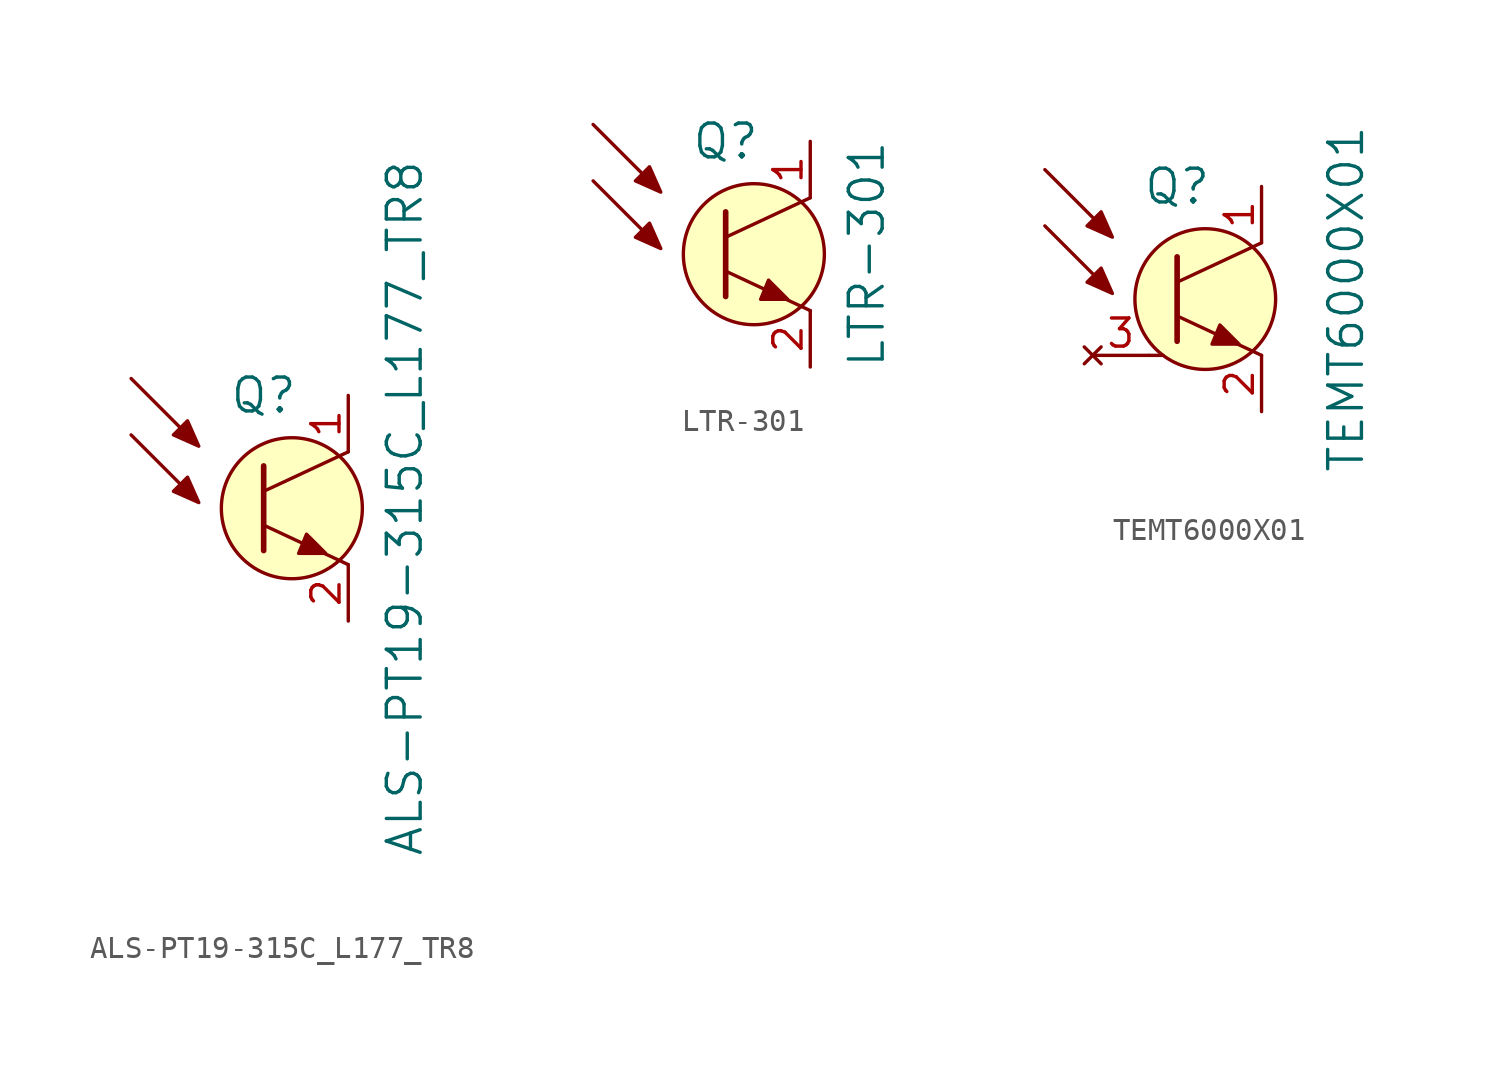
<source format=kicad_sym>
(kicad_symbol_lib
  (version 20220914)
  (generator kicad_symbol_editor)
  (symbol "ALS-PT19-315C_L177_TR8"
    (pin_names
      (offset 1.016) hide)
    (property "Reference" "Q"
      (at -1.27 5.08 0)
      (effects (font (size 1.524 1.524))))
    (property "Value" "ALS-PT19-315C_L177_TR8"
      (at 5.08 0 90)
      (effects (font (size 1.524 1.524))))
    (symbol "ALS-PT19-315C_L177_TR8_0_1"
      (polyline (pts (xy -7.239 3.302) (xy -4.953 1.016)) (stroke (width 0) (type solid)) (fill (type none)))
      (polyline (pts (xy -7.239 5.842) (xy -4.953 3.556)) (stroke (width 0) (type solid)) (fill (type none)))
      (polyline (pts (xy -1.27 -1.905) (xy -1.27 1.905)) (stroke (width 0.254) (type solid)) (fill (type none)))
      (polyline (pts (xy -1.27 -0.762) (xy 2.54 -2.54)) (stroke (width 0) (type solid)) (fill (type none)))
      (polyline (pts (xy -1.27 0.762) (xy 2.54 2.54)) (stroke (width 0) (type solid)) (fill (type none)))
      (polyline (pts (xy -4.191 0.254) (xy -5.334 0.762) (xy -4.699 1.397) (xy -4.191 0.254)) (stroke (width 0) (type solid)) (fill (type outline)))
      (polyline (pts (xy -4.191 2.794) (xy -5.334 3.302) (xy -4.699 3.937) (xy -4.191 2.794)) (stroke (width 0) (type solid)) (fill (type outline)))
      (polyline (pts (xy 1.524 -2.032) (xy 0.305 -2.032) (xy 0.66 -1.168) (xy 1.524 -2.032)) (stroke (width 0) (type solid)) (fill (type outline)))
      (circle (center 0 0) (radius 3.175) (stroke (width 0) (type solid)) (fill (type background))))
    (symbol "ALS-PT19-315C_L177_TR8_1_1"
      (pin passive line (at 2.54 5.08 270) (length 2.54) (name "C" (effects (font (size 1.27 1.27)))) (number "1" (effects (font (size 1.27 1.27)))))
      (pin passive line (at 2.54 -5.08 90) (length 2.54) (name "E" (effects (font (size 1.27 1.27)))) (number "2" (effects (font (size 1.27 1.27)))))))
  (symbol "LTR-301"
    (pin_names
      (offset 1.016) hide)
    (property "Reference" "Q"
      (at -1.27 5.08 0)
      (effects (font (size 1.524 1.524))))
    (property "Value" "LTR-301"
      (at 5.08 0 90)
      (effects (font (size 1.524 1.524))))
    (symbol "LTR-301_0_1"
      (polyline (pts (xy -7.239 3.302) (xy -4.953 1.016)) (stroke (width 0) (type solid)) (fill (type none)))
      (polyline (pts (xy -7.239 5.842) (xy -4.953 3.556)) (stroke (width 0) (type solid)) (fill (type none)))
      (polyline (pts (xy -1.27 -1.905) (xy -1.27 1.905)) (stroke (width 0.254) (type solid)) (fill (type none)))
      (polyline (pts (xy -1.27 -0.762) (xy 2.54 -2.54)) (stroke (width 0) (type solid)) (fill (type none)))
      (polyline (pts (xy -1.27 0.762) (xy 2.54 2.54)) (stroke (width 0) (type solid)) (fill (type none)))
      (polyline (pts (xy -4.191 0.254) (xy -5.334 0.762) (xy -4.699 1.397) (xy -4.191 0.254)) (stroke (width 0) (type solid)) (fill (type outline)))
      (polyline (pts (xy -4.191 2.794) (xy -5.334 3.302) (xy -4.699 3.937) (xy -4.191 2.794)) (stroke (width 0) (type solid)) (fill (type outline)))
      (polyline (pts (xy 1.524 -2.032) (xy 0.305 -2.032) (xy 0.66 -1.168) (xy 1.524 -2.032)) (stroke (width 0) (type solid)) (fill (type outline)))
      (circle (center 0 0) (radius 3.175) (stroke (width 0) (type solid)) (fill (type background))))
    (symbol "LTR-301_1_1"
      (pin passive line (at 2.54 5.08 270) (length 2.54) (name "C" (effects (font (size 1.27 1.27)))) (number "1" (effects (font (size 1.27 1.27)))))
      (pin passive line (at 2.54 -5.08 90) (length 2.54) (name "E" (effects (font (size 1.27 1.27)))) (number "2" (effects (font (size 1.27 1.27)))))))
  (symbol "TEMT6000X01"
    (pin_names
      (offset 0) hide)
    (property "Reference" "Q"
      (at -1.27 5.08 0)
      (effects (font (size 1.524 1.524))))
    (property "Value" "TEMT6000X01"
      (at 6.35 0 90)
      (effects (font (size 1.524 1.524))))
    (symbol "TEMT6000X01_0_1"
      (polyline (pts (xy -7.239 3.302) (xy -4.953 1.016)) (stroke (width 0) (type solid)) (fill (type none)))
      (polyline (pts (xy -7.239 5.842) (xy -4.953 3.556)) (stroke (width 0) (type solid)) (fill (type none)))
      (polyline (pts (xy -2.54 -2.54) (xy -1.905 -2.54)) (stroke (width 0) (type solid)) (fill (type none)))
      (polyline (pts (xy -1.27 -1.905) (xy -1.27 1.905)) (stroke (width 0.254) (type solid)) (fill (type none)))
      (polyline (pts (xy -1.27 -0.762) (xy 2.54 -2.54)) (stroke (width 0) (type solid)) (fill (type none)))
      (polyline (pts (xy -1.27 0.762) (xy 2.54 2.54)) (stroke (width 0) (type solid)) (fill (type none)))
      (polyline (pts (xy -4.191 0.254) (xy -5.334 0.762) (xy -4.699 1.397) (xy -4.191 0.254)) (stroke (width 0) (type solid)) (fill (type outline)))
      (polyline (pts (xy -4.191 2.794) (xy -5.334 3.302) (xy -4.699 3.937) (xy -4.191 2.794)) (stroke (width 0) (type solid)) (fill (type outline)))
      (polyline (pts (xy 1.524 -2.032) (xy 0.305 -2.032) (xy 0.66 -1.168) (xy 1.524 -2.032)) (stroke (width 0) (type solid)) (fill (type outline)))
      (circle (center 0 0) (radius 3.175) (stroke (width 0) (type solid)) (fill (type background))))
    (symbol "TEMT6000X01_1_1"
      (pin passive line (at 2.54 5.08 270) (length 2.54) (name "C" (effects (font (size 1.27 1.27)))) (number "1" (effects (font (size 1.27 1.27)))))
      (pin passive line (at 2.54 -5.08 90) (length 2.54) (name "E" (effects (font (size 1.27 1.27)))) (number "2" (effects (font (size 1.27 1.27)))))
      (pin no_connect line (at -5.08 -2.54 0) (length 2.54) (name "NC" (effects (font (size 1.27 1.27)))) (number "3" (effects (font (size 1.27 1.27))))))))
</source>
